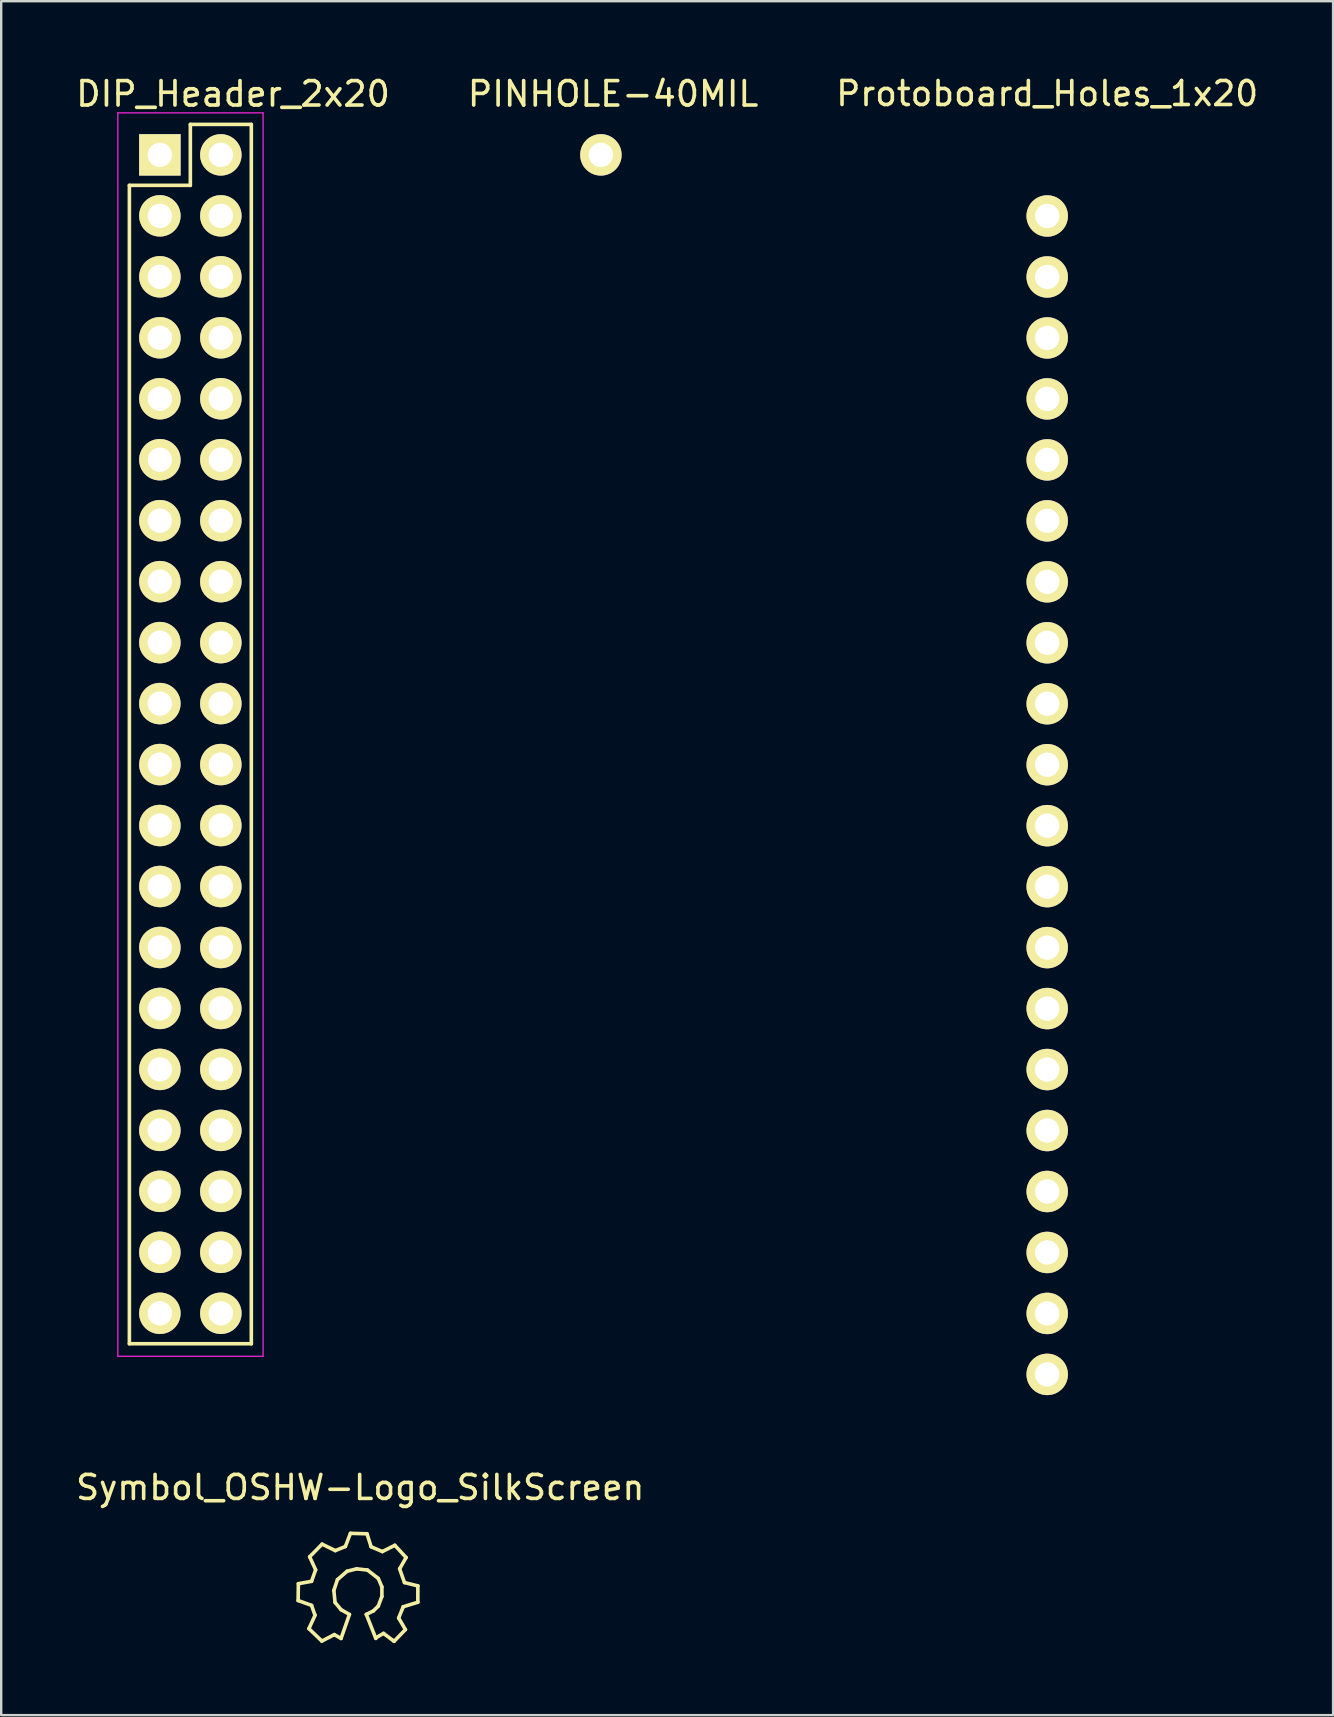
<source format=kicad_pcb>
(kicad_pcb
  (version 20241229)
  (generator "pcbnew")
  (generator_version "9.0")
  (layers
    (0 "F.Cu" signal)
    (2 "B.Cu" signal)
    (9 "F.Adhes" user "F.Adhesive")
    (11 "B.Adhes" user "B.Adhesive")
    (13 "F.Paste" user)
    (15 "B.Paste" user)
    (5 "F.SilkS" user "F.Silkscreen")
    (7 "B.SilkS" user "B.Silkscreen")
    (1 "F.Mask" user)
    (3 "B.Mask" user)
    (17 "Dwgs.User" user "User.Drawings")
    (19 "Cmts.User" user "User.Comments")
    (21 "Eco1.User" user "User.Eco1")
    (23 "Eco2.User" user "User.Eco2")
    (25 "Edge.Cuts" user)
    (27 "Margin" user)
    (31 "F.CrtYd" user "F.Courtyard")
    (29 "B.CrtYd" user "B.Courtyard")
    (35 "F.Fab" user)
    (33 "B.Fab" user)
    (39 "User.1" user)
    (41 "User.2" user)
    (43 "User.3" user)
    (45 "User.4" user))
  (footprint "DIP_Header_2x20"
    (layer "F.Cu")
    (at 3.61 3.402)
    (property "Reference" "DIP_Header_2x20" (at 3.048 -2.54 0) (layer "F.SilkS") (effects (font (size 1.016 1.016) (thickness 0.152))))
    (attr through_hole)
    (fp_line (start -1.27 1.27) (end -1.27 49.53) (stroke (width 0.15) (type solid)) (layer "F.SilkS"))
    (fp_line (start 1.27 -1.27) (end 1.27 1.27) (stroke (width 0.15) (type solid)) (layer "F.SilkS"))
    (fp_line (start 1.27 1.27) (end -1.27 1.27) (stroke (width 0.15) (type solid)) (layer "F.SilkS"))
    (fp_line (start 3.81 -1.27) (end 1.27 -1.27) (stroke (width 0.15) (type solid)) (layer "F.SilkS"))
    (fp_line (start 3.81 49.53) (end -1.27 49.53) (stroke (width 0.15) (type solid)) (layer "F.SilkS"))
    (fp_line (start 3.81 49.53) (end 3.81 -1.27) (stroke (width 0.15) (type solid)) (layer "F.SilkS"))
    (fp_line (start -1.75 -1.75) (end -1.75 50.05) (stroke (width 0.05) (type solid)) (layer "F.CrtYd"))
    (fp_line (start -1.75 -1.75) (end 4.3 -1.75) (stroke (width 0.05) (type solid)) (layer "F.CrtYd"))
    (fp_line (start -1.75 50.05) (end 4.3 50.05) (stroke (width 0.05) (type solid)) (layer "F.CrtYd"))
    (fp_line (start 4.3 -1.75) (end 4.3 50.05) (stroke (width 0.05) (type solid)) (layer "F.CrtYd"))
    (pad "1" thru_hole rect (at 0 0) (size 1.727 1.727) (drill 1.016) (layers "*.Cu" "*.Mask" "F.SilkS"))
    (pad "2" thru_hole oval (at 2.54 0) (size 1.727 1.727) (drill 1.016) (layers "*.Cu" "*.Mask" "F.SilkS"))
    (pad "3" thru_hole oval (at 0 2.54) (size 1.727 1.727) (drill 1.016) (layers "*.Cu" "*.Mask" "F.SilkS"))
    (pad "4" thru_hole oval (at 2.54 2.54) (size 1.727 1.727) (drill 1.016) (layers "*.Cu" "*.Mask" "F.SilkS"))
    (pad "5" thru_hole oval (at 0 5.08) (size 1.727 1.727) (drill 1.016) (layers "*.Cu" "*.Mask" "F.SilkS"))
    (pad "6" thru_hole oval (at 2.54 5.08) (size 1.727 1.727) (drill 1.016) (layers "*.Cu" "*.Mask" "F.SilkS"))
    (pad "7" thru_hole oval (at 0 7.62) (size 1.727 1.727) (drill 1.016) (layers "*.Cu" "*.Mask" "F.SilkS"))
    (pad "8" thru_hole oval (at 2.54 7.62) (size 1.727 1.727) (drill 1.016) (layers "*.Cu" "*.Mask" "F.SilkS"))
    (pad "9" thru_hole oval (at 0 10.16) (size 1.727 1.727) (drill 1.016) (layers "*.Cu" "*.Mask" "F.SilkS"))
    (pad "10" thru_hole oval (at 2.54 10.16) (size 1.727 1.727) (drill 1.016) (layers "*.Cu" "*.Mask" "F.SilkS"))
    (pad "11" thru_hole oval (at 0 12.7) (size 1.727 1.727) (drill 1.016) (layers "*.Cu" "*.Mask" "F.SilkS"))
    (pad "12" thru_hole oval (at 2.54 12.7) (size 1.727 1.727) (drill 1.016) (layers "*.Cu" "*.Mask" "F.SilkS"))
    (pad "13" thru_hole oval (at 0 15.24) (size 1.727 1.727) (drill 1.016) (layers "*.Cu" "*.Mask" "F.SilkS"))
    (pad "14" thru_hole oval (at 2.54 15.24) (size 1.727 1.727) (drill 1.016) (layers "*.Cu" "*.Mask" "F.SilkS"))
    (pad "15" thru_hole oval (at 0 17.78) (size 1.727 1.727) (drill 1.016) (layers "*.Cu" "*.Mask" "F.SilkS"))
    (pad "16" thru_hole oval (at 2.54 17.78) (size 1.727 1.727) (drill 1.016) (layers "*.Cu" "*.Mask" "F.SilkS"))
    (pad "17" thru_hole oval (at 0 20.32) (size 1.727 1.727) (drill 1.016) (layers "*.Cu" "*.Mask" "F.SilkS"))
    (pad "18" thru_hole oval (at 2.54 20.32) (size 1.727 1.727) (drill 1.016) (layers "*.Cu" "*.Mask" "F.SilkS"))
    (pad "19" thru_hole oval (at 0 22.86) (size 1.727 1.727) (drill 1.016) (layers "*.Cu" "*.Mask" "F.SilkS"))
    (pad "20" thru_hole oval (at 2.54 22.86) (size 1.727 1.727) (drill 1.016) (layers "*.Cu" "*.Mask" "F.SilkS"))
    (pad "21" thru_hole oval (at 0 25.4) (size 1.727 1.727) (drill 1.016) (layers "*.Cu" "*.Mask" "F.SilkS"))
    (pad "22" thru_hole oval (at 2.54 25.4) (size 1.727 1.727) (drill 1.016) (layers "*.Cu" "*.Mask" "F.SilkS"))
    (pad "23" thru_hole oval (at 0 27.94) (size 1.727 1.727) (drill 1.016) (layers "*.Cu" "*.Mask" "F.SilkS"))
    (pad "24" thru_hole oval (at 2.54 27.94) (size 1.727 1.727) (drill 1.016) (layers "*.Cu" "*.Mask" "F.SilkS"))
    (pad "25" thru_hole oval (at 0 30.48) (size 1.727 1.727) (drill 1.016) (layers "*.Cu" "*.Mask" "F.SilkS"))
    (pad "26" thru_hole oval (at 2.54 30.48) (size 1.727 1.727) (drill 1.016) (layers "*.Cu" "*.Mask" "F.SilkS"))
    (pad "27" thru_hole oval (at 0 33.02) (size 1.727 1.727) (drill 1.016) (layers "*.Cu" "*.Mask" "F.SilkS"))
    (pad "28" thru_hole oval (at 2.54 33.02) (size 1.727 1.727) (drill 1.016) (layers "*.Cu" "*.Mask" "F.SilkS"))
    (pad "29" thru_hole oval (at 0 35.56) (size 1.727 1.727) (drill 1.016) (layers "*.Cu" "*.Mask" "F.SilkS"))
    (pad "30" thru_hole oval (at 2.54 35.56) (size 1.727 1.727) (drill 1.016) (layers "*.Cu" "*.Mask" "F.SilkS"))
    (pad "31" thru_hole oval (at 0 38.1) (size 1.727 1.727) (drill 1.016) (layers "*.Cu" "*.Mask" "F.SilkS"))
    (pad "32" thru_hole oval (at 2.54 38.1) (size 1.727 1.727) (drill 1.016) (layers "*.Cu" "*.Mask" "F.SilkS"))
    (pad "33" thru_hole oval (at 0 40.64) (size 1.727 1.727) (drill 1.016) (layers "*.Cu" "*.Mask" "F.SilkS"))
    (pad "34" thru_hole oval (at 2.54 40.64) (size 1.727 1.727) (drill 1.016) (layers "*.Cu" "*.Mask" "F.SilkS"))
    (pad "35" thru_hole oval (at 0 43.18) (size 1.727 1.727) (drill 1.016) (layers "*.Cu" "*.Mask" "F.SilkS"))
    (pad "36" thru_hole oval (at 2.54 43.18) (size 1.727 1.727) (drill 1.016) (layers "*.Cu" "*.Mask" "F.SilkS"))
    (pad "37" thru_hole oval (at 0 45.72) (size 1.727 1.727) (drill 1.016) (layers "*.Cu" "*.Mask" "F.SilkS"))
    (pad "38" thru_hole oval (at 2.54 45.72) (size 1.727 1.727) (drill 1.016) (layers "*.Cu" "*.Mask" "F.SilkS"))
    (pad "39" thru_hole oval (at 0 48.26) (size 1.727 1.727) (drill 1.016) (layers "*.Cu" "*.Mask" "F.SilkS"))
    (pad "40" thru_hole oval (at 2.54 48.26) (size 1.727 1.727) (drill 1.016) (layers "*.Cu" "*.Mask" "F.SilkS")))
  (footprint "Symbol_OSHW-Logo_SilkScreen"
    (layer "F.Cu")
    (at 11.859 63.309)
    (property "Reference" "Symbol_OSHW-Logo_SilkScreen" (at 0.099 -4.389 0) (layer "F.SilkS") (effects (font (size 1 1) (thickness 0.15))))
    (attr through_hole)
    (fp_line (start -2.489 0.32) (end -1.93 0.521) (stroke (width 0.15) (type solid)) (layer "F.SilkS"))
    (fp_line (start -2.479 -0.381) (end -2.489 0.32) (stroke (width 0.15) (type solid)) (layer "F.SilkS"))
    (fp_line (start -2.04 1.491) (end -1.501 2.009) (stroke (width 0.15) (type solid)) (layer "F.SilkS"))
    (fp_line (start -2.009 -1.501) (end -1.76 -0.96) (stroke (width 0.15) (type solid)) (layer "F.SilkS"))
    (fp_line (start -1.93 -0.48) (end -2.479 -0.381) (stroke (width 0.15) (type solid)) (layer "F.SilkS"))
    (fp_line (start -1.93 0.521) (end -1.791 0.919) (stroke (width 0.15) (type solid)) (layer "F.SilkS"))
    (fp_line (start -1.781 0.93) (end -2.04 1.491) (stroke (width 0.15) (type solid)) (layer "F.SilkS"))
    (fp_line (start -1.76 -0.96) (end -1.93 -0.48) (stroke (width 0.15) (type solid)) (layer "F.SilkS"))
    (fp_line (start -1.501 2.009) (end -0.98 1.74) (stroke (width 0.15) (type solid)) (layer "F.SilkS"))
    (fp_line (start -1.491 -2.029) (end -2.009 -1.501) (stroke (width 0.15) (type solid)) (layer "F.SilkS"))
    (fp_line (start -1.001 -0.099) (end -0.95 0.399) (stroke (width 0.15) (type solid)) (layer "F.SilkS"))
    (fp_line (start -0.98 1.74) (end -0.701 1.9) (stroke (width 0.15) (type solid)) (layer "F.SilkS"))
    (fp_line (start -0.95 0.399) (end -0.701 0.701) (stroke (width 0.15) (type solid)) (layer "F.SilkS"))
    (fp_line (start -0.94 -1.76) (end -1.491 -2.029) (stroke (width 0.15) (type solid)) (layer "F.SilkS"))
    (fp_line (start -0.851 -0.551) (end -1.001 -0.099) (stroke (width 0.15) (type solid)) (layer "F.SilkS"))
    (fp_line (start -0.701 0.701) (end -0.351 0.899) (stroke (width 0.15) (type solid)) (layer "F.SilkS"))
    (fp_line (start -0.521 -1.93) (end -0.94 -1.76) (stroke (width 0.15) (type solid)) (layer "F.SilkS"))
    (fp_line (start -0.45 -0.899) (end -0.851 -0.551) (stroke (width 0.15) (type solid)) (layer "F.SilkS"))
    (fp_line (start -0.351 0.899) (end -0.701 1.9) (stroke (width 0.15) (type solid)) (layer "F.SilkS"))
    (fp_line (start -0.31 -2.479) (end -0.521 -1.93) (stroke (width 0.15) (type solid)) (layer "F.SilkS"))
    (fp_line (start -0.051 -1.001) (end -0.45 -0.899) (stroke (width 0.15) (type solid)) (layer "F.SilkS"))
    (fp_line (start 0.351 0.899) (end 0.65 0.749) (stroke (width 0.15) (type solid)) (layer "F.SilkS"))
    (fp_line (start 0.351 0.899) (end 0.749 1.9) (stroke (width 0.15) (type solid)) (layer "F.SilkS"))
    (fp_line (start 0.381 -2.461) (end -0.31 -2.479) (stroke (width 0.15) (type solid)) (layer "F.SilkS"))
    (fp_line (start 0.399 -0.95) (end -0.051 -1.001) (stroke (width 0.15) (type solid)) (layer "F.SilkS"))
    (fp_line (start 0.551 -1.92) (end 0.381 -2.461) (stroke (width 0.15) (type solid)) (layer "F.SilkS"))
    (fp_line (start 0.65 0.749) (end 0.851 0.551) (stroke (width 0.15) (type solid)) (layer "F.SilkS"))
    (fp_line (start 0.739 1.88) (end 1.069 1.689) (stroke (width 0.15) (type solid)) (layer "F.SilkS"))
    (fp_line (start 0.851 -0.599) (end 0.399 -0.95) (stroke (width 0.15) (type solid)) (layer "F.SilkS"))
    (fp_line (start 0.851 0.551) (end 1.001 0.15) (stroke (width 0.15) (type solid)) (layer "F.SilkS"))
    (fp_line (start 1.001 -0.249) (end 0.851 -0.599) (stroke (width 0.15) (type solid)) (layer "F.SilkS"))
    (fp_line (start 1.001 0.15) (end 1.001 -0.249) (stroke (width 0.15) (type solid)) (layer "F.SilkS"))
    (fp_line (start 1.021 -1.72) (end 0.551 -1.92) (stroke (width 0.15) (type solid)) (layer "F.SilkS"))
    (fp_line (start 1.069 1.689) (end 1.509 2.019) (stroke (width 0.15) (type solid)) (layer "F.SilkS"))
    (fp_line (start 1.509 2.019) (end 1.981 1.529) (stroke (width 0.15) (type solid)) (layer "F.SilkS"))
    (fp_line (start 1.539 -1.981) (end 1.021 -1.72) (stroke (width 0.15) (type solid)) (layer "F.SilkS"))
    (fp_line (start 1.699 1.049) (end 1.89 0.579) (stroke (width 0.15) (type solid)) (layer "F.SilkS"))
    (fp_line (start 1.74 -1.001) (end 2.009 -1.471) (stroke (width 0.15) (type solid)) (layer "F.SilkS"))
    (fp_line (start 1.89 0.579) (end 2.499 0.391) (stroke (width 0.15) (type solid)) (layer "F.SilkS"))
    (fp_line (start 1.941 -0.429) (end 1.74 -1.001) (stroke (width 0.15) (type solid)) (layer "F.SilkS"))
    (fp_line (start 1.981 1.529) (end 1.699 1.049) (stroke (width 0.15) (type solid)) (layer "F.SilkS"))
    (fp_line (start 2.009 -1.471) (end 1.539 -1.981) (stroke (width 0.15) (type solid)) (layer "F.SilkS"))
    (fp_line (start 2.499 -0.29) (end 1.941 -0.429) (stroke (width 0.15) (type solid)) (layer "F.SilkS"))
    (fp_line (start 2.499 0.391) (end 2.499 -0.29) (stroke (width 0.15) (type solid)) (layer "F.SilkS")))
  (footprint "Protoboard_Holes_1x20"
    (layer "F.Cu")
    (at 40.577 5.948)
    (property "Reference" "Protoboard_Holes_1x20" (at 0 -5.1 0) (layer "F.SilkS") (effects (font (size 1 1) (thickness 0.15))))
    (attr through_hole)
    (pad "1" thru_hole circle (at 0 0) (size 1.727 1.727) (drill 1.016) (layers "*.Cu" "*.Mask" "F.SilkS"))
    (pad "2" thru_hole circle (at 0 2.54) (size 1.727 1.727) (drill 1.016) (layers "*.Cu" "*.Mask" "F.SilkS"))
    (pad "3" thru_hole circle (at 0 5.08) (size 1.727 1.727) (drill 1.016) (layers "*.Cu" "*.Mask" "F.SilkS"))
    (pad "4" thru_hole circle (at 0 7.62) (size 1.727 1.727) (drill 1.016) (layers "*.Cu" "*.Mask" "F.SilkS"))
    (pad "5" thru_hole circle (at 0 10.16) (size 1.727 1.727) (drill 1.016) (layers "*.Cu" "*.Mask" "F.SilkS"))
    (pad "6" thru_hole circle (at 0 12.7) (size 1.727 1.727) (drill 1.016) (layers "*.Cu" "*.Mask" "F.SilkS"))
    (pad "7" thru_hole circle (at 0 15.24) (size 1.727 1.727) (drill 1.016) (layers "*.Cu" "*.Mask" "F.SilkS"))
    (pad "8" thru_hole circle (at 0 17.78) (size 1.727 1.727) (drill 1.016) (layers "*.Cu" "*.Mask" "F.SilkS"))
    (pad "9" thru_hole circle (at 0 20.32) (size 1.727 1.727) (drill 1.016) (layers "*.Cu" "*.Mask" "F.SilkS"))
    (pad "10" thru_hole circle (at 0 22.86) (size 1.727 1.727) (drill 1.016) (layers "*.Cu" "*.Mask" "F.SilkS"))
    (pad "11" thru_hole circle (at 0 25.4) (size 1.727 1.727) (drill 1.016) (layers "*.Cu" "*.Mask" "F.SilkS"))
    (pad "12" thru_hole circle (at 0 27.94) (size 1.727 1.727) (drill 1.016) (layers "*.Cu" "*.Mask" "F.SilkS"))
    (pad "13" thru_hole circle (at 0 30.48) (size 1.727 1.727) (drill 1.016) (layers "*.Cu" "*.Mask" "F.SilkS"))
    (pad "14" thru_hole circle (at 0 33.02) (size 1.727 1.727) (drill 1.016) (layers "*.Cu" "*.Mask" "F.SilkS"))
    (pad "15" thru_hole circle (at 0 35.56) (size 1.727 1.727) (drill 1.016) (layers "*.Cu" "*.Mask" "F.SilkS"))
    (pad "16" thru_hole circle (at 0 38.1) (size 1.727 1.727) (drill 1.016) (layers "*.Cu" "*.Mask" "F.SilkS"))
    (pad "17" thru_hole circle (at 0 40.64) (size 1.727 1.727) (drill 1.016) (layers "*.Cu" "*.Mask" "F.SilkS"))
    (pad "18" thru_hole circle (at 0 43.18) (size 1.727 1.727) (drill 1.016) (layers "*.Cu" "*.Mask" "F.SilkS"))
    (pad "19" thru_hole circle (at 0 45.72) (size 1.727 1.727) (drill 1.016) (layers "*.Cu" "*.Mask" "F.SilkS"))
    (pad "20" thru_hole circle (at 0 48.26) (size 1.727 1.727) (drill 1.016) (layers "*.Cu" "*.Mask" "F.SilkS")))
  (footprint "PINHOLE-40MIL"
    (layer "F.Cu")
    (at 21.983 3.402)
    (property "Reference" "PINHOLE-40MIL" (at 0.508 -2.54 0) (layer "F.SilkS") (effects (font (size 1.016 1.016) (thickness 0.152))))
    (attr through_hole)
    (pad "1" thru_hole circle (at 0 0) (size 1.727 1.727) (drill 1.016) (layers "*.Cu" "*.Mask" "F.SilkS")))
  (gr_rect
    (start -3 -3)
    (end 52.488 68.404)
    (stroke (width 0.1) (type default))
    (fill no)
    (layer "Edge.Cuts")))
</source>
